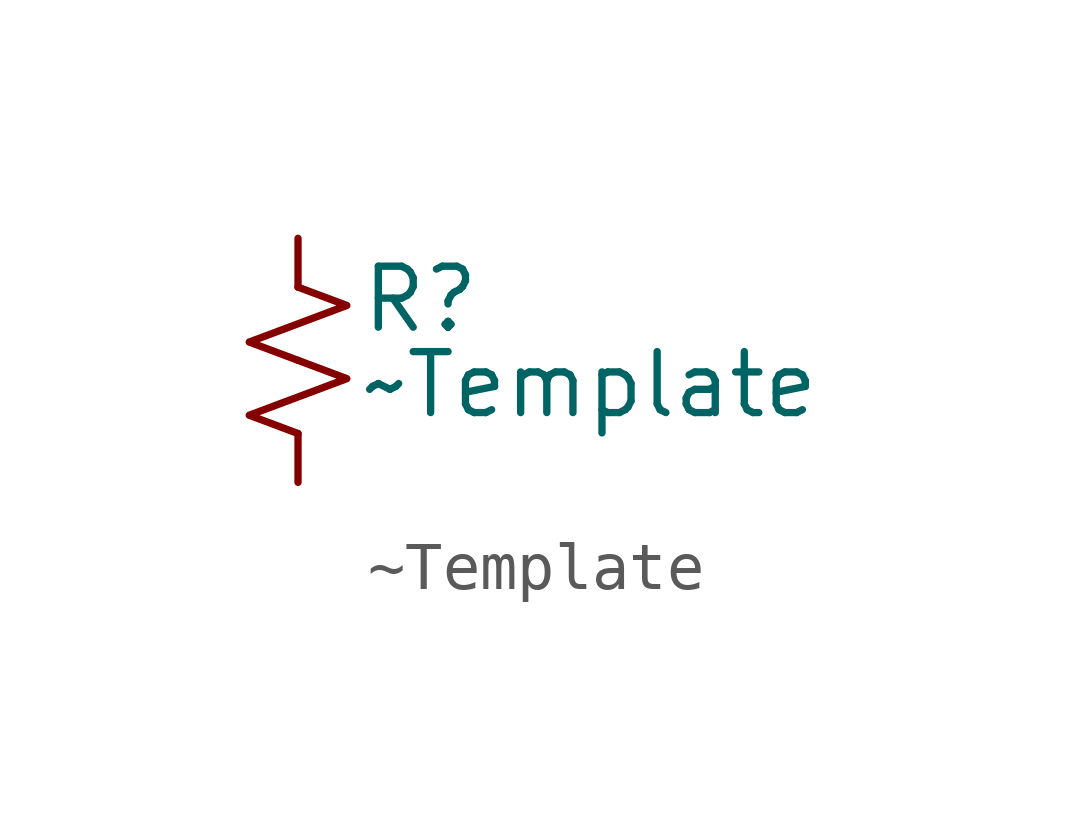
<source format=kicad_sym>
(kicad_symbol_lib
  (version 20241209)
  (generator "kicad-symlib-util")
  (generator_version "0.1.0")
  (symbol "~Template"
    (pin_numbers
      (hide yes))
    (pin_names
      (offset 0.254)
      (hide yes))
    (property "Reference" "R"
      (at 1.27 1.27 0)
      (effects (font (size 1.27 1.27)) (justify left)))
    (property "Value" "~Template"
      (at 1.27 -0.508 0)
      (effects (font (size 1.27 1.27)) (justify left)))
    (symbol "~Template_1_1"
      (polyline (pts (xy 0 1.524) (xy 1.016 1.143) (xy 0 0.762) (xy -1.016 0.381) (xy 0 0)) (stroke (width 0) (type default)) (fill (type none)))
      (polyline (pts (xy 0 0) (xy 1.016 -0.381) (xy 0 -0.762) (xy -1.016 -1.143) (xy 0 -1.524)) (stroke (width 0) (type default)) (fill (type none)))
      (pin passive line (at 0 2.54 270) (length 1.016) (name "~" (effects (font (size 1.27 1.27)))) (number "1" (effects (font (size 1.27 1.27)))))
      (pin passive line (at 0 -2.54 90) (length 1.016) (name "~" (effects (font (size 1.27 1.27)))) (number "2" (effects (font (size 1.27 1.27))))))))
</source>
